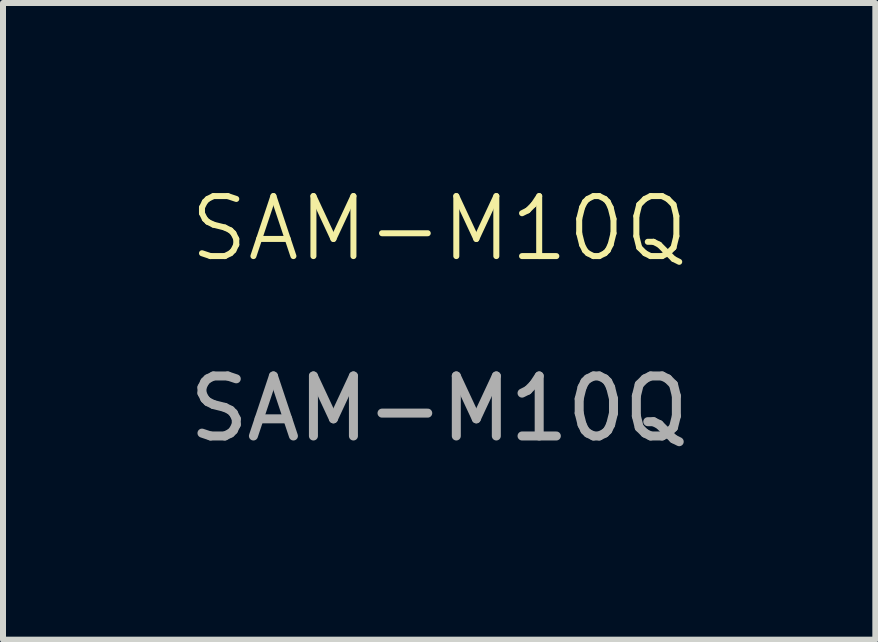
<source format=kicad_pcb>
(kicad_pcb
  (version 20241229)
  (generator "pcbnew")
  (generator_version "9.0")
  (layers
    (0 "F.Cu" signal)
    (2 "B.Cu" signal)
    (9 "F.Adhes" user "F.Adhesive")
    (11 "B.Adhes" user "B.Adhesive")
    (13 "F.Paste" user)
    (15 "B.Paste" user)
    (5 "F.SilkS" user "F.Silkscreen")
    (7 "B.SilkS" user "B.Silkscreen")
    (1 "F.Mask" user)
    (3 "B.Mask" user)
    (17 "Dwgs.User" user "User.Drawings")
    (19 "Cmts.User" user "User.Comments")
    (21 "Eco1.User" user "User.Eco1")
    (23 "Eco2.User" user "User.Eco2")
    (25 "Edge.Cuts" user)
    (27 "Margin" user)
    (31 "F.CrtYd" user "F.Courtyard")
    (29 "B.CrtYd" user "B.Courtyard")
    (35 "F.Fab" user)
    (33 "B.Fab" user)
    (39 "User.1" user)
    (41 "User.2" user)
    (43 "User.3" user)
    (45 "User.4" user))
  (footprint "SAM-M10Q"
    (layer "F.Cu")
    (at 4.268 1.26)
    (property "Reference" "SAM-M10Q" (at 0 -0.5 0) (unlocked yes) (layer "F.SilkS") (effects (font (size 1 1) (thickness 0.1))))
    (attr smd)
    (fp_text user "${REFERENCE}" (at 0 2.5 0) (unlocked yes) (layer "F.Fab") (effects (font (size 1 1) (thickness 0.15)))))
  (gr_rect
    (start -3 -3)
    (end 11.536 7.609)
    (stroke (width 0.1) (type default))
    (fill no)
    (layer "Edge.Cuts")))
</source>
